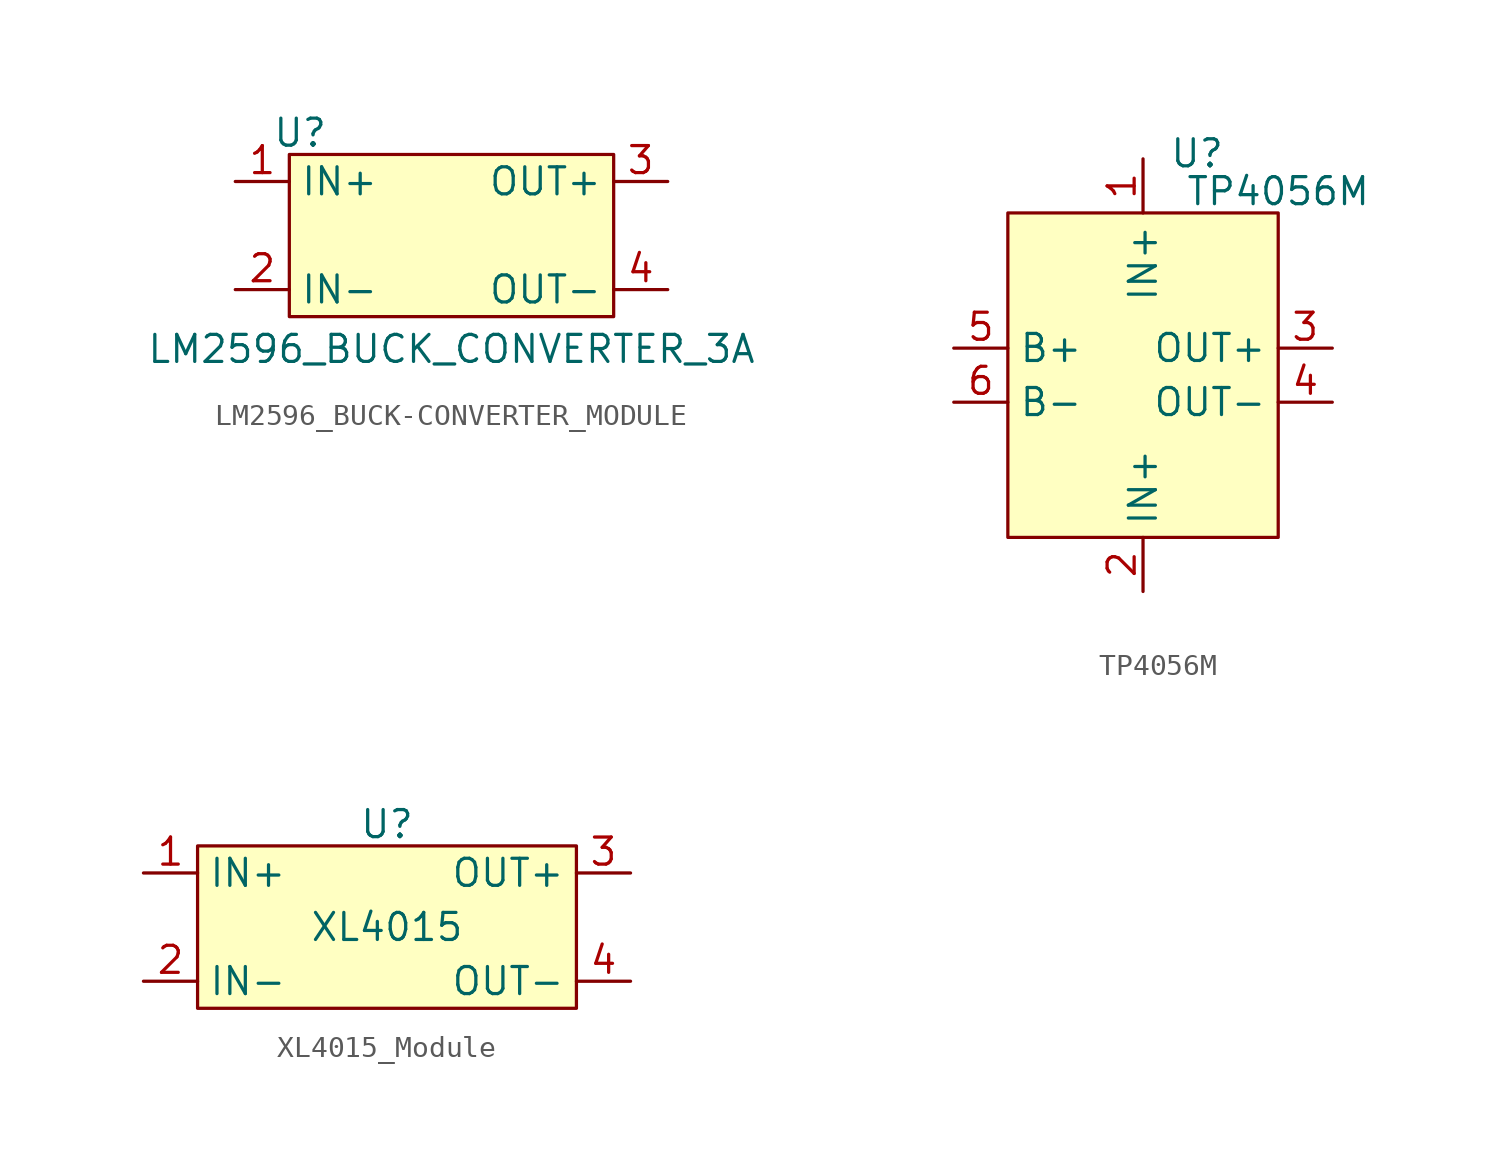
<source format=kicad_sym>
(kicad_symbol_lib
  (version 20241209)
  (generator "kicad_symbol_editor")
  (generator_version "9.0")
  (symbol "LM2596_BUCK-CONVERTER_MODULE"
    (property "Reference" "U"
      (at -7.112 4.826 0)
      (effects (font (size 1.27 1.27))))
    (property "Value" "LM2596_BUCK_CONVERTER_3A"
      (at 0 -5.334 0)
      (effects (font (size 1.27 1.27))))
    (symbol "LM2596_BUCK-CONVERTER_MODULE_1_1"
      (rectangle (start -7.62 3.81) (end 7.62 -3.81) (stroke (width 0) (type solid)) (fill (type background)))
      (pin power_in line (at -10.16 2.54 0) (length 2.54) (name "IN+" (effects (font (size 1.27 1.27)))) (number "1" (effects (font (size 1.27 1.27)))))
      (pin power_in line (at -10.16 -2.54 0) (length 2.54) (name "IN-" (effects (font (size 1.27 1.27)))) (number "2" (effects (font (size 1.27 1.27)))))
      (pin power_out line (at 10.16 2.54 180) (length 2.54) (name "OUT+" (effects (font (size 1.27 1.27)))) (number "3" (effects (font (size 1.27 1.27)))))
      (pin power_out line (at 10.16 -2.54 180) (length 2.54) (name "OUT-" (effects (font (size 1.27 1.27)))) (number "4" (effects (font (size 1.27 1.27)))))))
  (symbol "TP4056M"
    (property "Reference" "U"
      (at 2.54 10.414 0)
      (effects (font (size 1.27 1.27))))
    (property "Value" "TP4056M"
      (at 6.35 8.636 0)
      (effects (font (size 1.27 1.27))))
    (symbol "TP4056M_0_1"
      (rectangle (start -6.35 7.62) (end 6.35 -7.62) (stroke (width 0) (type default)) (fill (type background))))
    (symbol "TP4056M_1_1"
      (pin power_in line (at -8.89 1.27 0) (length 2.54) (name "B+" (effects (font (size 1.27 1.27)))) (number "5" (effects (font (size 1.27 1.27)))))
      (pin power_in line (at -8.89 -1.27 0) (length 2.54) (name "B-" (effects (font (size 1.27 1.27)))) (number "6" (effects (font (size 1.27 1.27)))))
      (pin power_in line (at 0 10.16 270) (length 2.54) (name "IN+" (effects (font (size 1.27 1.27)))) (number "1" (effects (font (size 1.27 1.27)))))
      (pin power_in line (at 0 -10.16 90) (length 2.54) (name "IN+" (effects (font (size 1.27 1.27)))) (number "2" (effects (font (size 1.27 1.27)))))
      (pin power_out line (at 8.89 1.27 180) (length 2.54) (name "OUT+" (effects (font (size 1.27 1.27)))) (number "3" (effects (font (size 1.27 1.27)))))
      (pin power_out line (at 8.89 -1.27 180) (length 2.54) (name "OUT-" (effects (font (size 1.27 1.27)))) (number "4" (effects (font (size 1.27 1.27)))))))
  (symbol "XL4015_Module"
    (property "Reference" "U"
      (at 0 4.826 0)
      (effects (font (size 1.27 1.27))))
    (property "Value" "XL4015"
      (at 0 0 0)
      (effects (font (size 1.27 1.27))))
    (symbol "XL4015_Module_0_1"
      (rectangle (start -8.89 3.81) (end 8.89 -3.81) (stroke (width 0) (type default)) (fill (type background))))
    (symbol "XL4015_Module_1_1"
      (pin power_in line (at -11.43 2.54 0) (length 2.54) (name "IN+" (effects (font (size 1.27 1.27)))) (number "1" (effects (font (size 1.27 1.27)))))
      (pin power_in line (at -11.43 -2.54 0) (length 2.54) (name "IN-" (effects (font (size 1.27 1.27)))) (number "2" (effects (font (size 1.27 1.27)))))
      (pin power_out line (at 11.43 2.54 180) (length 2.54) (name "OUT+" (effects (font (size 1.27 1.27)))) (number "3" (effects (font (size 1.27 1.27)))))
      (pin power_out line (at 11.43 -2.54 180) (length 2.54) (name "OUT-" (effects (font (size 1.27 1.27)))) (number "4" (effects (font (size 1.27 1.27))))))))
</source>
